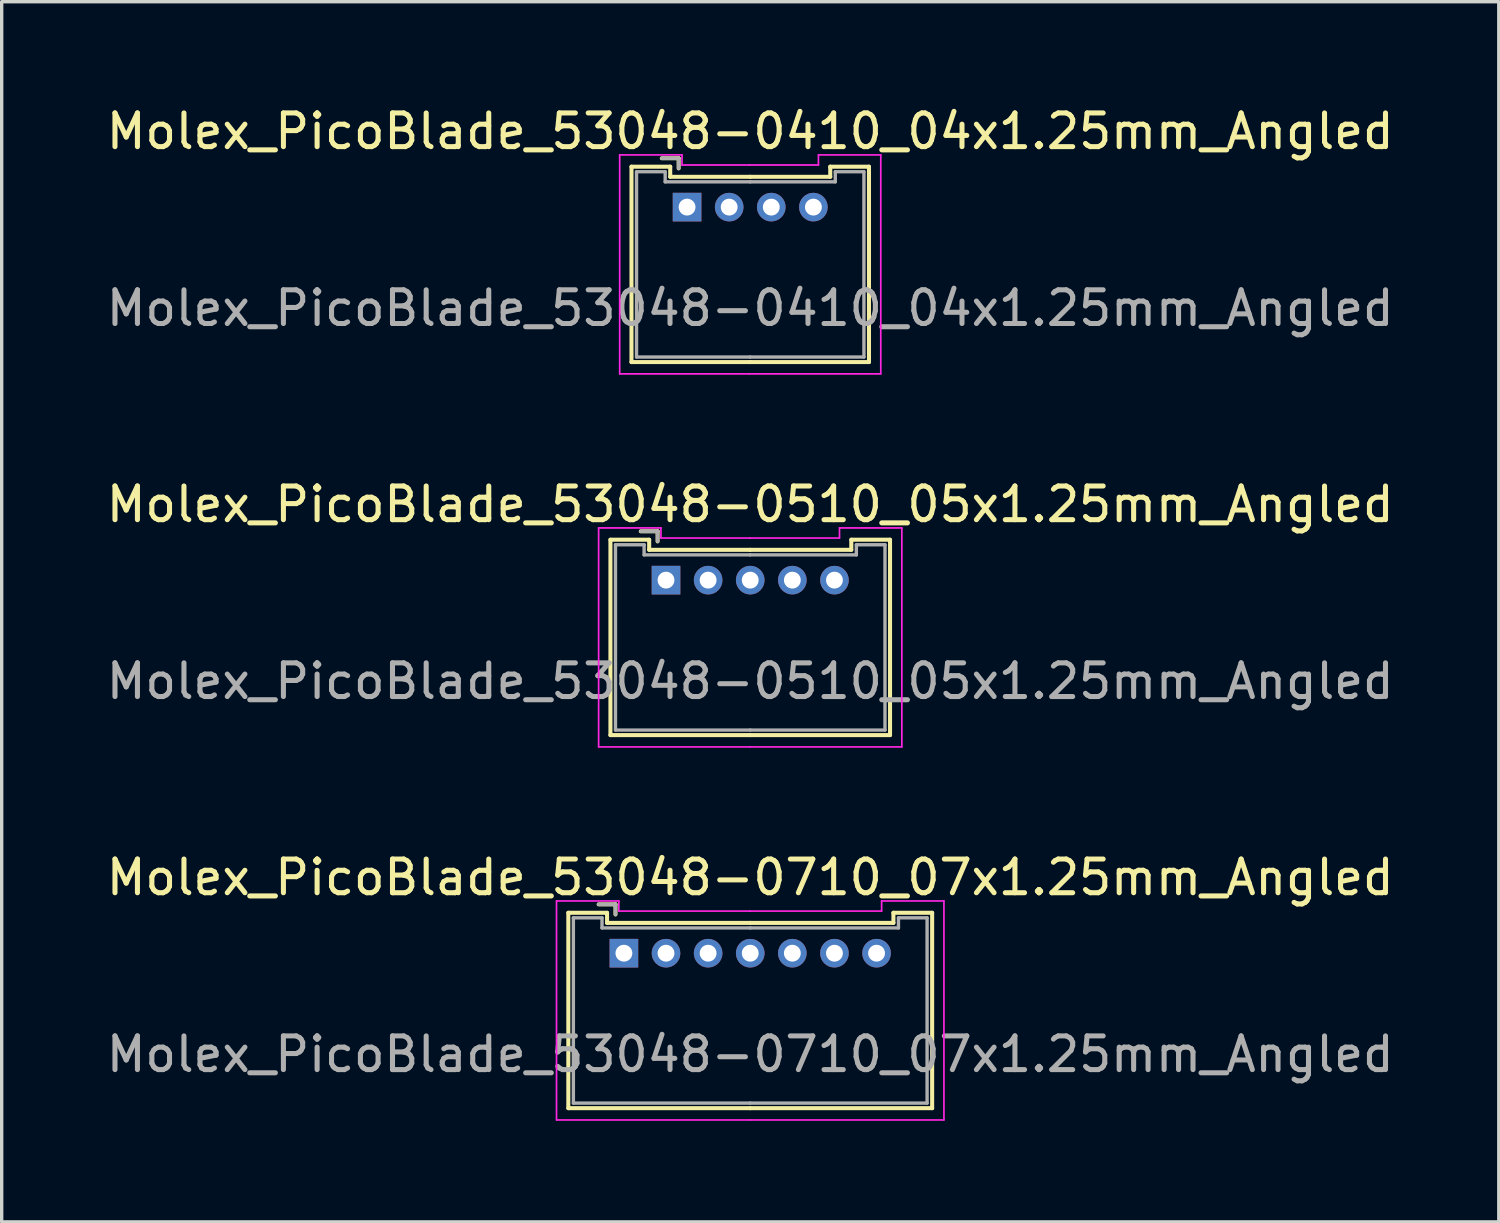
<source format=kicad_pcb>
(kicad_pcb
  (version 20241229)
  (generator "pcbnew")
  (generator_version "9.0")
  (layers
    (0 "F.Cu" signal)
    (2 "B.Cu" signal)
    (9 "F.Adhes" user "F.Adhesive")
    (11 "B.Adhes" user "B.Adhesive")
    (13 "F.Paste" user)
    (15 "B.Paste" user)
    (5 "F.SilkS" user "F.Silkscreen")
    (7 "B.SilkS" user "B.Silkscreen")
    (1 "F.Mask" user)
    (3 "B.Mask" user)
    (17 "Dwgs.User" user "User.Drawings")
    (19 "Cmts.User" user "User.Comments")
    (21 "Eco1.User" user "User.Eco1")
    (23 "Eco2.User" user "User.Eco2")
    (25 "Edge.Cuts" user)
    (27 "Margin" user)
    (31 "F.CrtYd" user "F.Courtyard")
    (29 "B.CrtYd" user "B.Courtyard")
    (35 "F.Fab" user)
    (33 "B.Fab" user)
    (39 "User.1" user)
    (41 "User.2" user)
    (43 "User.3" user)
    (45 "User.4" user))
  (footprint "Molex_PicoBlade_53048-0510_05x1.25mm_Angled"
    (layer "F.Cu")
    (at 16.72 14.171)
    (property "Reference" "Molex_PicoBlade_53048-0510_05x1.25mm_Angled" (at 2.5 -2.25 0) (layer "F.SilkS") (effects (font (size 1 1) (thickness 0.15))))
    (attr through_hole)
    (fp_line (start -1.65 -1.2) (end -1.65 4.6) (stroke (width 0.12) (type solid)) (layer "F.SilkS"))
    (fp_line (start -1.65 4.6) (end 2.5 4.6) (stroke (width 0.12) (type solid)) (layer "F.SilkS"))
    (fp_line (start -0.5 -1.2) (end -1.65 -1.2) (stroke (width 0.12) (type solid)) (layer "F.SilkS"))
    (fp_line (start -0.5 -0.9) (end -0.5 -1.2) (stroke (width 0.12) (type solid)) (layer "F.SilkS"))
    (fp_line (start -0.25 -1.45) (end -0.75 -1.45) (stroke (width 0.12) (type solid)) (layer "F.SilkS"))
    (fp_line (start -0.25 -1.15) (end -0.25 -1.45) (stroke (width 0.12) (type solid)) (layer "F.SilkS"))
    (fp_line (start 2.5 -0.9) (end -0.5 -0.9) (stroke (width 0.12) (type solid)) (layer "F.SilkS"))
    (fp_line (start 2.5 -0.9) (end 5.5 -0.9) (stroke (width 0.12) (type solid)) (layer "F.SilkS"))
    (fp_line (start 5.5 -1.2) (end 6.65 -1.2) (stroke (width 0.12) (type solid)) (layer "F.SilkS"))
    (fp_line (start 5.5 -0.9) (end 5.5 -1.2) (stroke (width 0.12) (type solid)) (layer "F.SilkS"))
    (fp_line (start 6.65 -1.2) (end 6.65 4.6) (stroke (width 0.12) (type solid)) (layer "F.SilkS"))
    (fp_line (start 6.65 4.6) (end 2.5 4.6) (stroke (width 0.12) (type solid)) (layer "F.SilkS"))
    (fp_line (start -2 -1.55) (end -2 4.95) (stroke (width 0.05) (type solid)) (layer "F.CrtYd"))
    (fp_line (start -2 4.95) (end 2.5 4.95) (stroke (width 0.05) (type solid)) (layer "F.CrtYd"))
    (fp_line (start -0.15 -1.55) (end -2 -1.55) (stroke (width 0.05) (type solid)) (layer "F.CrtYd"))
    (fp_line (start -0.15 -1.25) (end -0.15 -1.55) (stroke (width 0.05) (type solid)) (layer "F.CrtYd"))
    (fp_line (start 2.5 -1.25) (end -0.15 -1.25) (stroke (width 0.05) (type solid)) (layer "F.CrtYd"))
    (fp_line (start 2.5 -1.25) (end 5.15 -1.25) (stroke (width 0.05) (type solid)) (layer "F.CrtYd"))
    (fp_line (start 5.15 -1.55) (end 7 -1.55) (stroke (width 0.05) (type solid)) (layer "F.CrtYd"))
    (fp_line (start 5.15 -1.25) (end 5.15 -1.55) (stroke (width 0.05) (type solid)) (layer "F.CrtYd"))
    (fp_line (start 7 -1.55) (end 7 4.95) (stroke (width 0.05) (type solid)) (layer "F.CrtYd"))
    (fp_line (start 7 4.95) (end 2.5 4.95) (stroke (width 0.05) (type solid)) (layer "F.CrtYd"))
    (fp_line (start -1.5 -1.05) (end -1.5 4.45) (stroke (width 0.1) (type solid)) (layer "F.Fab"))
    (fp_line (start -1.5 4.45) (end 2.5 4.45) (stroke (width 0.1) (type solid)) (layer "F.Fab"))
    (fp_line (start -0.65 -1.05) (end -1.5 -1.05) (stroke (width 0.1) (type solid)) (layer "F.Fab"))
    (fp_line (start -0.65 -0.75) (end -0.65 -1.05) (stroke (width 0.1) (type solid)) (layer "F.Fab"))
    (fp_line (start -0.25 -1.45) (end -0.75 -1.45) (stroke (width 0.1) (type solid)) (layer "F.Fab"))
    (fp_line (start -0.25 -1.15) (end -0.25 -1.45) (stroke (width 0.1) (type solid)) (layer "F.Fab"))
    (fp_line (start 2.5 -0.75) (end -0.65 -0.75) (stroke (width 0.1) (type solid)) (layer "F.Fab"))
    (fp_line (start 2.5 -0.75) (end 5.65 -0.75) (stroke (width 0.1) (type solid)) (layer "F.Fab"))
    (fp_line (start 5.65 -1.05) (end 6.5 -1.05) (stroke (width 0.1) (type solid)) (layer "F.Fab"))
    (fp_line (start 5.65 -0.75) (end 5.65 -1.05) (stroke (width 0.1) (type solid)) (layer "F.Fab"))
    (fp_line (start 6.5 -1.05) (end 6.5 4.45) (stroke (width 0.1) (type solid)) (layer "F.Fab"))
    (fp_line (start 6.5 4.45) (end 2.5 4.45) (stroke (width 0.1) (type solid)) (layer "F.Fab"))
    (fp_text user "${REFERENCE}" (at 2.5 3 0) (layer "F.Fab") (effects (font (size 1 1) (thickness 0.15))))
    (pad "1" thru_hole rect (at 0 0) (size 0.85 0.85) (drill 0.5) (layers "*.Cu" "*.Mask"))
    (pad "2" thru_hole circle (at 1.25 0) (size 0.85 0.85) (drill 0.5) (layers "*.Cu" "*.Mask"))
    (pad "3" thru_hole circle (at 2.5 0) (size 0.85 0.85) (drill 0.5) (layers "*.Cu" "*.Mask"))
    (pad "4" thru_hole circle (at 3.75 0) (size 0.85 0.85) (drill 0.5) (layers "*.Cu" "*.Mask"))
    (pad "5" thru_hole circle (at 5 0) (size 0.85 0.85) (drill 0.5) (layers "*.Cu" "*.Mask")))
  (footprint "Molex_PicoBlade_53048-0410_04x1.25mm_Angled"
    (layer "F.Cu")
    (at 17.345 3.098)
    (property "Reference" "Molex_PicoBlade_53048-0410_04x1.25mm_Angled" (at 1.875 -2.25 0) (layer "F.SilkS") (effects (font (size 1 1) (thickness 0.15))))
    (attr through_hole)
    (fp_line (start -1.65 -1.2) (end -1.65 4.6) (stroke (width 0.12) (type solid)) (layer "F.SilkS"))
    (fp_line (start -1.65 4.6) (end 1.875 4.6) (stroke (width 0.12) (type solid)) (layer "F.SilkS"))
    (fp_line (start -0.5 -1.2) (end -1.65 -1.2) (stroke (width 0.12) (type solid)) (layer "F.SilkS"))
    (fp_line (start -0.5 -0.9) (end -0.5 -1.2) (stroke (width 0.12) (type solid)) (layer "F.SilkS"))
    (fp_line (start -0.25 -1.45) (end -0.75 -1.45) (stroke (width 0.12) (type solid)) (layer "F.SilkS"))
    (fp_line (start -0.25 -1.15) (end -0.25 -1.45) (stroke (width 0.12) (type solid)) (layer "F.SilkS"))
    (fp_line (start 1.875 -0.9) (end -0.5 -0.9) (stroke (width 0.12) (type solid)) (layer "F.SilkS"))
    (fp_line (start 1.875 -0.9) (end 4.25 -0.9) (stroke (width 0.12) (type solid)) (layer "F.SilkS"))
    (fp_line (start 4.25 -1.2) (end 5.4 -1.2) (stroke (width 0.12) (type solid)) (layer "F.SilkS"))
    (fp_line (start 4.25 -0.9) (end 4.25 -1.2) (stroke (width 0.12) (type solid)) (layer "F.SilkS"))
    (fp_line (start 5.4 -1.2) (end 5.4 4.6) (stroke (width 0.12) (type solid)) (layer "F.SilkS"))
    (fp_line (start 5.4 4.6) (end 1.875 4.6) (stroke (width 0.12) (type solid)) (layer "F.SilkS"))
    (fp_line (start -2 -1.55) (end -2 4.95) (stroke (width 0.05) (type solid)) (layer "F.CrtYd"))
    (fp_line (start -2 4.95) (end 1.85 4.95) (stroke (width 0.05) (type solid)) (layer "F.CrtYd"))
    (fp_line (start -0.15 -1.55) (end -2 -1.55) (stroke (width 0.05) (type solid)) (layer "F.CrtYd"))
    (fp_line (start -0.15 -1.25) (end -0.15 -1.55) (stroke (width 0.05) (type solid)) (layer "F.CrtYd"))
    (fp_line (start 1.85 -1.25) (end -0.15 -1.25) (stroke (width 0.05) (type solid)) (layer "F.CrtYd"))
    (fp_line (start 1.85 -1.25) (end 3.9 -1.25) (stroke (width 0.05) (type solid)) (layer "F.CrtYd"))
    (fp_line (start 3.9 -1.55) (end 5.75 -1.55) (stroke (width 0.05) (type solid)) (layer "F.CrtYd"))
    (fp_line (start 3.9 -1.25) (end 3.9 -1.55) (stroke (width 0.05) (type solid)) (layer "F.CrtYd"))
    (fp_line (start 5.75 -1.55) (end 5.75 4.95) (stroke (width 0.05) (type solid)) (layer "F.CrtYd"))
    (fp_line (start 5.75 4.95) (end 1.85 4.95) (stroke (width 0.05) (type solid)) (layer "F.CrtYd"))
    (fp_line (start -1.5 -1.05) (end -1.5 4.45) (stroke (width 0.1) (type solid)) (layer "F.Fab"))
    (fp_line (start -1.5 4.45) (end 1.875 4.45) (stroke (width 0.1) (type solid)) (layer "F.Fab"))
    (fp_line (start -0.65 -1.05) (end -1.5 -1.05) (stroke (width 0.1) (type solid)) (layer "F.Fab"))
    (fp_line (start -0.65 -0.75) (end -0.65 -1.05) (stroke (width 0.1) (type solid)) (layer "F.Fab"))
    (fp_line (start -0.25 -1.45) (end -0.75 -1.45) (stroke (width 0.1) (type solid)) (layer "F.Fab"))
    (fp_line (start -0.25 -1.15) (end -0.25 -1.45) (stroke (width 0.1) (type solid)) (layer "F.Fab"))
    (fp_line (start 1.875 -0.75) (end -0.65 -0.75) (stroke (width 0.1) (type solid)) (layer "F.Fab"))
    (fp_line (start 1.875 -0.75) (end 4.4 -0.75) (stroke (width 0.1) (type solid)) (layer "F.Fab"))
    (fp_line (start 4.4 -1.05) (end 5.25 -1.05) (stroke (width 0.1) (type solid)) (layer "F.Fab"))
    (fp_line (start 4.4 -0.75) (end 4.4 -1.05) (stroke (width 0.1) (type solid)) (layer "F.Fab"))
    (fp_line (start 5.25 -1.05) (end 5.25 4.45) (stroke (width 0.1) (type solid)) (layer "F.Fab"))
    (fp_line (start 5.25 4.45) (end 1.875 4.45) (stroke (width 0.1) (type solid)) (layer "F.Fab"))
    (fp_text user "${REFERENCE}" (at 1.875 3 0) (layer "F.Fab") (effects (font (size 1 1) (thickness 0.15))))
    (pad "1" thru_hole rect (at 0 0) (size 0.85 0.85) (drill 0.5) (layers "*.Cu" "*.Mask"))
    (pad "2" thru_hole circle (at 1.25 0) (size 0.85 0.85) (drill 0.5) (layers "*.Cu" "*.Mask"))
    (pad "3" thru_hole circle (at 2.5 0) (size 0.85 0.85) (drill 0.5) (layers "*.Cu" "*.Mask"))
    (pad "4" thru_hole circle (at 3.75 0) (size 0.85 0.85) (drill 0.5) (layers "*.Cu" "*.Mask")))
  (footprint "Molex_PicoBlade_53048-0710_07x1.25mm_Angled"
    (layer "F.Cu")
    (at 15.47 25.245)
    (property "Reference" "Molex_PicoBlade_53048-0710_07x1.25mm_Angled" (at 3.75 -2.25 0) (layer "F.SilkS") (effects (font (size 1 1) (thickness 0.15))))
    (attr through_hole)
    (fp_line (start -1.65 -1.2) (end -1.65 4.6) (stroke (width 0.12) (type solid)) (layer "F.SilkS"))
    (fp_line (start -1.65 4.6) (end 3.75 4.6) (stroke (width 0.12) (type solid)) (layer "F.SilkS"))
    (fp_line (start -0.5 -1.2) (end -1.65 -1.2) (stroke (width 0.12) (type solid)) (layer "F.SilkS"))
    (fp_line (start -0.5 -0.9) (end -0.5 -1.2) (stroke (width 0.12) (type solid)) (layer "F.SilkS"))
    (fp_line (start -0.25 -1.45) (end -0.75 -1.45) (stroke (width 0.12) (type solid)) (layer "F.SilkS"))
    (fp_line (start -0.25 -1.15) (end -0.25 -1.45) (stroke (width 0.12) (type solid)) (layer "F.SilkS"))
    (fp_line (start 3.75 -0.9) (end -0.5 -0.9) (stroke (width 0.12) (type solid)) (layer "F.SilkS"))
    (fp_line (start 3.75 -0.9) (end 8 -0.9) (stroke (width 0.12) (type solid)) (layer "F.SilkS"))
    (fp_line (start 8 -1.2) (end 9.15 -1.2) (stroke (width 0.12) (type solid)) (layer "F.SilkS"))
    (fp_line (start 8 -0.9) (end 8 -1.2) (stroke (width 0.12) (type solid)) (layer "F.SilkS"))
    (fp_line (start 9.15 -1.2) (end 9.15 4.6) (stroke (width 0.12) (type solid)) (layer "F.SilkS"))
    (fp_line (start 9.15 4.6) (end 3.75 4.6) (stroke (width 0.12) (type solid)) (layer "F.SilkS"))
    (fp_line (start -2 -1.55) (end -2 4.95) (stroke (width 0.05) (type solid)) (layer "F.CrtYd"))
    (fp_line (start -2 4.95) (end 3.75 4.95) (stroke (width 0.05) (type solid)) (layer "F.CrtYd"))
    (fp_line (start -0.15 -1.55) (end -2 -1.55) (stroke (width 0.05) (type solid)) (layer "F.CrtYd"))
    (fp_line (start -0.15 -1.25) (end -0.15 -1.55) (stroke (width 0.05) (type solid)) (layer "F.CrtYd"))
    (fp_line (start 3.75 -1.25) (end -0.15 -1.25) (stroke (width 0.05) (type solid)) (layer "F.CrtYd"))
    (fp_line (start 3.75 -1.25) (end 7.65 -1.25) (stroke (width 0.05) (type solid)) (layer "F.CrtYd"))
    (fp_line (start 7.65 -1.55) (end 9.5 -1.55) (stroke (width 0.05) (type solid)) (layer "F.CrtYd"))
    (fp_line (start 7.65 -1.25) (end 7.65 -1.55) (stroke (width 0.05) (type solid)) (layer "F.CrtYd"))
    (fp_line (start 9.5 -1.55) (end 9.5 4.95) (stroke (width 0.05) (type solid)) (layer "F.CrtYd"))
    (fp_line (start 9.5 4.95) (end 3.75 4.95) (stroke (width 0.05) (type solid)) (layer "F.CrtYd"))
    (fp_line (start -1.5 -1.05) (end -1.5 4.45) (stroke (width 0.1) (type solid)) (layer "F.Fab"))
    (fp_line (start -1.5 4.45) (end 3.75 4.45) (stroke (width 0.1) (type solid)) (layer "F.Fab"))
    (fp_line (start -0.65 -1.05) (end -1.5 -1.05) (stroke (width 0.1) (type solid)) (layer "F.Fab"))
    (fp_line (start -0.65 -0.75) (end -0.65 -1.05) (stroke (width 0.1) (type solid)) (layer "F.Fab"))
    (fp_line (start -0.25 -1.45) (end -0.75 -1.45) (stroke (width 0.1) (type solid)) (layer "F.Fab"))
    (fp_line (start -0.25 -1.15) (end -0.25 -1.45) (stroke (width 0.1) (type solid)) (layer "F.Fab"))
    (fp_line (start 3.75 -0.75) (end -0.65 -0.75) (stroke (width 0.1) (type solid)) (layer "F.Fab"))
    (fp_line (start 3.75 -0.75) (end 8.15 -0.75) (stroke (width 0.1) (type solid)) (layer "F.Fab"))
    (fp_line (start 8.15 -1.05) (end 9 -1.05) (stroke (width 0.1) (type solid)) (layer "F.Fab"))
    (fp_line (start 8.15 -0.75) (end 8.15 -1.05) (stroke (width 0.1) (type solid)) (layer "F.Fab"))
    (fp_line (start 9 -1.05) (end 9 4.45) (stroke (width 0.1) (type solid)) (layer "F.Fab"))
    (fp_line (start 9 4.45) (end 3.75 4.45) (stroke (width 0.1) (type solid)) (layer "F.Fab"))
    (fp_text user "${REFERENCE}" (at 3.75 3 0) (layer "F.Fab") (effects (font (size 1 1) (thickness 0.15))))
    (pad "1" thru_hole rect (at 0 0) (size 0.85 0.85) (drill 0.5) (layers "*.Cu" "*.Mask"))
    (pad "2" thru_hole circle (at 1.25 0) (size 0.85 0.85) (drill 0.5) (layers "*.Cu" "*.Mask"))
    (pad "3" thru_hole circle (at 2.5 0) (size 0.85 0.85) (drill 0.5) (layers "*.Cu" "*.Mask"))
    (pad "4" thru_hole circle (at 3.75 0) (size 0.85 0.85) (drill 0.5) (layers "*.Cu" "*.Mask"))
    (pad "5" thru_hole circle (at 5 0) (size 0.85 0.85) (drill 0.5) (layers "*.Cu" "*.Mask"))
    (pad "6" thru_hole circle (at 6.25 0) (size 0.85 0.85) (drill 0.5) (layers "*.Cu" "*.Mask"))
    (pad "7" thru_hole circle (at 7.5 0) (size 0.85 0.85) (drill 0.5) (layers "*.Cu" "*.Mask")))
  (gr_rect
    (start -3 -3)
    (end 41.44 33.22)
    (stroke (width 0.1) (type default))
    (fill no)
    (layer "Edge.Cuts")))
</source>
